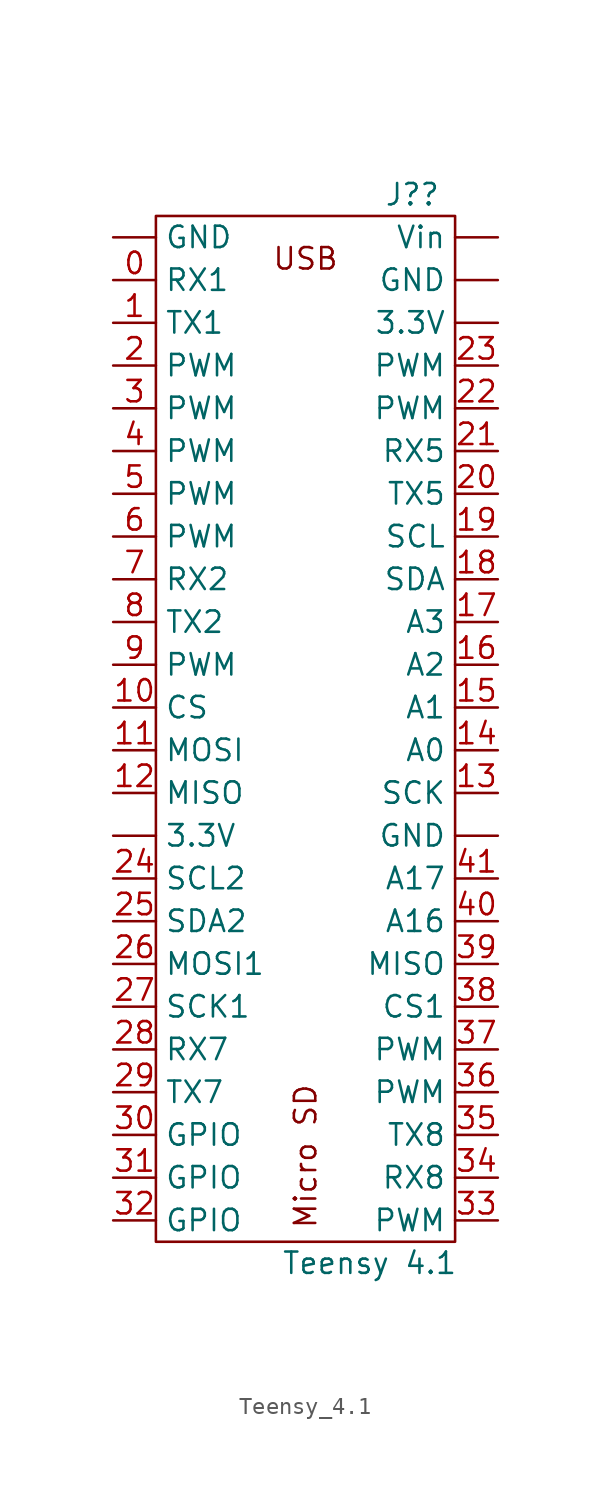
<source format=kicad_sym>
(kicad_symbol_lib
  (version 20231120)
  (generator "kicad_symbol_editor")
  (generator_version "8.0")
  (symbol "Teensy_4.1"
    (property "Reference" "J?"
      (at 17.78 60.96 0)
      (effects (font (size 1.27 1.27))))
    (property "Value" "Teensy 4.1"
      (at 15.24 -2.54 0)
      (effects (font (size 1.27 1.27))))
    (symbol "Teensy_4.1_0_1"
      (rectangle (start 2.54 59.69) (end 20.32 -1.27) (stroke (width 0) (type default)) (fill (type none))))
    (symbol "Teensy_4.1_1_1"
      (text "Micro SD" (at 11.43 3.81 900) (effects (font (size 1.27 1.27))))
      (text "USB" (at 11.43 57.15 0) (effects (font (size 1.27 1.27))))
      (pin input line (at 0 22.86 0) (length 2.54) (name "3.3V" (effects (font (size 1.27 1.27)))) (number "" (effects (font (size 1.27 1.27)))))
      (pin input line (at 22.86 53.34 180) (length 2.54) (name "3.3V" (effects (font (size 1.27 1.27)))) (number "" (effects (font (size 1.27 1.27)))))
      (pin input line (at 0 58.42 0) (length 2.54) (name "GND" (effects (font (size 1.27 1.27)))) (number "" (effects (font (size 1.27 1.27)))))
      (pin input line (at 22.86 22.86 180) (length 2.54) (name "GND" (effects (font (size 1.27 1.27)))) (number "" (effects (font (size 1.27 1.27)))))
      (pin input line (at 22.86 55.88 180) (length 2.54) (name "GND" (effects (font (size 1.27 1.27)))) (number "" (effects (font (size 1.27 1.27)))))
      (pin input line (at 22.86 58.42 180) (length 2.54) (name "Vin" (effects (font (size 1.27 1.27)))) (number "" (effects (font (size 1.27 1.27)))))
      (pin input line (at 0 55.88 0) (length 2.54) (name "RX1" (effects (font (size 1.27 1.27)))) (number "0" (effects (font (size 1.27 1.27)))))
      (pin input line (at 0 53.34 0) (length 2.54) (name "TX1" (effects (font (size 1.27 1.27)))) (number "1" (effects (font (size 1.27 1.27)))))
      (pin input line (at 0 30.48 0) (length 2.54) (name "CS" (effects (font (size 1.27 1.27)))) (number "10" (effects (font (size 1.27 1.27)))))
      (pin input line (at 0 27.94 0) (length 2.54) (name "MOSI" (effects (font (size 1.27 1.27)))) (number "11" (effects (font (size 1.27 1.27)))))
      (pin input line (at 0 25.4 0) (length 2.54) (name "MISO" (effects (font (size 1.27 1.27)))) (number "12" (effects (font (size 1.27 1.27)))))
      (pin input line (at 22.86 25.4 180) (length 2.54) (name "SCK" (effects (font (size 1.27 1.27)))) (number "13" (effects (font (size 1.27 1.27)))))
      (pin input line (at 22.86 27.94 180) (length 2.54) (name "A0" (effects (font (size 1.27 1.27)))) (number "14" (effects (font (size 1.27 1.27)))))
      (pin input line (at 22.86 30.48 180) (length 2.54) (name "A1" (effects (font (size 1.27 1.27)))) (number "15" (effects (font (size 1.27 1.27)))))
      (pin input line (at 22.86 33.02 180) (length 2.54) (name "A2" (effects (font (size 1.27 1.27)))) (number "16" (effects (font (size 1.27 1.27)))))
      (pin input line (at 22.86 35.56 180) (length 2.54) (name "A3" (effects (font (size 1.27 1.27)))) (number "17" (effects (font (size 1.27 1.27)))))
      (pin input line (at 22.86 38.1 180) (length 2.54) (name "SDA" (effects (font (size 1.27 1.27)))) (number "18" (effects (font (size 1.27 1.27)))))
      (pin input line (at 22.86 40.64 180) (length 2.54) (name "SCL" (effects (font (size 1.27 1.27)))) (number "19" (effects (font (size 1.27 1.27)))))
      (pin input line (at 0 50.8 0) (length 2.54) (name "PWM" (effects (font (size 1.27 1.27)))) (number "2" (effects (font (size 1.27 1.27)))))
      (pin input line (at 22.86 43.18 180) (length 2.54) (name "TX5" (effects (font (size 1.27 1.27)))) (number "20" (effects (font (size 1.27 1.27)))))
      (pin input line (at 22.86 45.72 180) (length 2.54) (name "RX5" (effects (font (size 1.27 1.27)))) (number "21" (effects (font (size 1.27 1.27)))))
      (pin input line (at 22.86 48.26 180) (length 2.54) (name "PWM" (effects (font (size 1.27 1.27)))) (number "22" (effects (font (size 1.27 1.27)))))
      (pin input line (at 22.86 50.8 180) (length 2.54) (name "PWM" (effects (font (size 1.27 1.27)))) (number "23" (effects (font (size 1.27 1.27)))))
      (pin input line (at 0 20.32 0) (length 2.54) (name "SCL2" (effects (font (size 1.27 1.27)))) (number "24" (effects (font (size 1.27 1.27)))))
      (pin input line (at 0 17.78 0) (length 2.54) (name "SDA2" (effects (font (size 1.27 1.27)))) (number "25" (effects (font (size 1.27 1.27)))))
      (pin input line (at 0 15.24 0) (length 2.54) (name "MOSI1" (effects (font (size 1.27 1.27)))) (number "26" (effects (font (size 1.27 1.27)))))
      (pin input line (at 0 12.7 0) (length 2.54) (name "SCK1" (effects (font (size 1.27 1.27)))) (number "27" (effects (font (size 1.27 1.27)))))
      (pin input line (at 0 10.16 0) (length 2.54) (name "RX7" (effects (font (size 1.27 1.27)))) (number "28" (effects (font (size 1.27 1.27)))))
      (pin input line (at 0 7.62 0) (length 2.54) (name "TX7" (effects (font (size 1.27 1.27)))) (number "29" (effects (font (size 1.27 1.27)))))
      (pin input line (at 0 48.26 0) (length 2.54) (name "PWM" (effects (font (size 1.27 1.27)))) (number "3" (effects (font (size 1.27 1.27)))))
      (pin input line (at 0 5.08 0) (length 2.54) (name "GPIO" (effects (font (size 1.27 1.27)))) (number "30" (effects (font (size 1.27 1.27)))))
      (pin input line (at 0 2.54 0) (length 2.54) (name "GPIO" (effects (font (size 1.27 1.27)))) (number "31" (effects (font (size 1.27 1.27)))))
      (pin input line (at 0 0 0) (length 2.54) (name "GPIO" (effects (font (size 1.27 1.27)))) (number "32" (effects (font (size 1.27 1.27)))))
      (pin input line (at 22.86 0 180) (length 2.54) (name "PWM" (effects (font (size 1.27 1.27)))) (number "33" (effects (font (size 1.27 1.27)))))
      (pin input line (at 22.86 2.54 180) (length 2.54) (name "RX8" (effects (font (size 1.27 1.27)))) (number "34" (effects (font (size 1.27 1.27)))))
      (pin input line (at 22.86 5.08 180) (length 2.54) (name "TX8" (effects (font (size 1.27 1.27)))) (number "35" (effects (font (size 1.27 1.27)))))
      (pin input line (at 22.86 7.62 180) (length 2.54) (name "PWM" (effects (font (size 1.27 1.27)))) (number "36" (effects (font (size 1.27 1.27)))))
      (pin input line (at 22.86 10.16 180) (length 2.54) (name "PWM" (effects (font (size 1.27 1.27)))) (number "37" (effects (font (size 1.27 1.27)))))
      (pin input line (at 22.86 12.7 180) (length 2.54) (name "CS1" (effects (font (size 1.27 1.27)))) (number "38" (effects (font (size 1.27 1.27)))))
      (pin input line (at 22.86 15.24 180) (length 2.54) (name "MISO" (effects (font (size 1.27 1.27)))) (number "39" (effects (font (size 1.27 1.27)))))
      (pin input line (at 0 45.72 0) (length 2.54) (name "PWM" (effects (font (size 1.27 1.27)))) (number "4" (effects (font (size 1.27 1.27)))))
      (pin input line (at 22.86 17.78 180) (length 2.54) (name "A16" (effects (font (size 1.27 1.27)))) (number "40" (effects (font (size 1.27 1.27)))))
      (pin input line (at 22.86 20.32 180) (length 2.54) (name "A17" (effects (font (size 1.27 1.27)))) (number "41" (effects (font (size 1.27 1.27)))))
      (pin input line (at 0 43.18 0) (length 2.54) (name "PWM" (effects (font (size 1.27 1.27)))) (number "5" (effects (font (size 1.27 1.27)))))
      (pin input line (at 0 40.64 0) (length 2.54) (name "PWM" (effects (font (size 1.27 1.27)))) (number "6" (effects (font (size 1.27 1.27)))))
      (pin input line (at 0 38.1 0) (length 2.54) (name "RX2" (effects (font (size 1.27 1.27)))) (number "7" (effects (font (size 1.27 1.27)))))
      (pin input line (at 0 35.56 0) (length 2.54) (name "TX2" (effects (font (size 1.27 1.27)))) (number "8" (effects (font (size 1.27 1.27)))))
      (pin input line (at 0 33.02 0) (length 2.54) (name "PWM" (effects (font (size 1.27 1.27)))) (number "9" (effects (font (size 1.27 1.27))))))))
</source>
